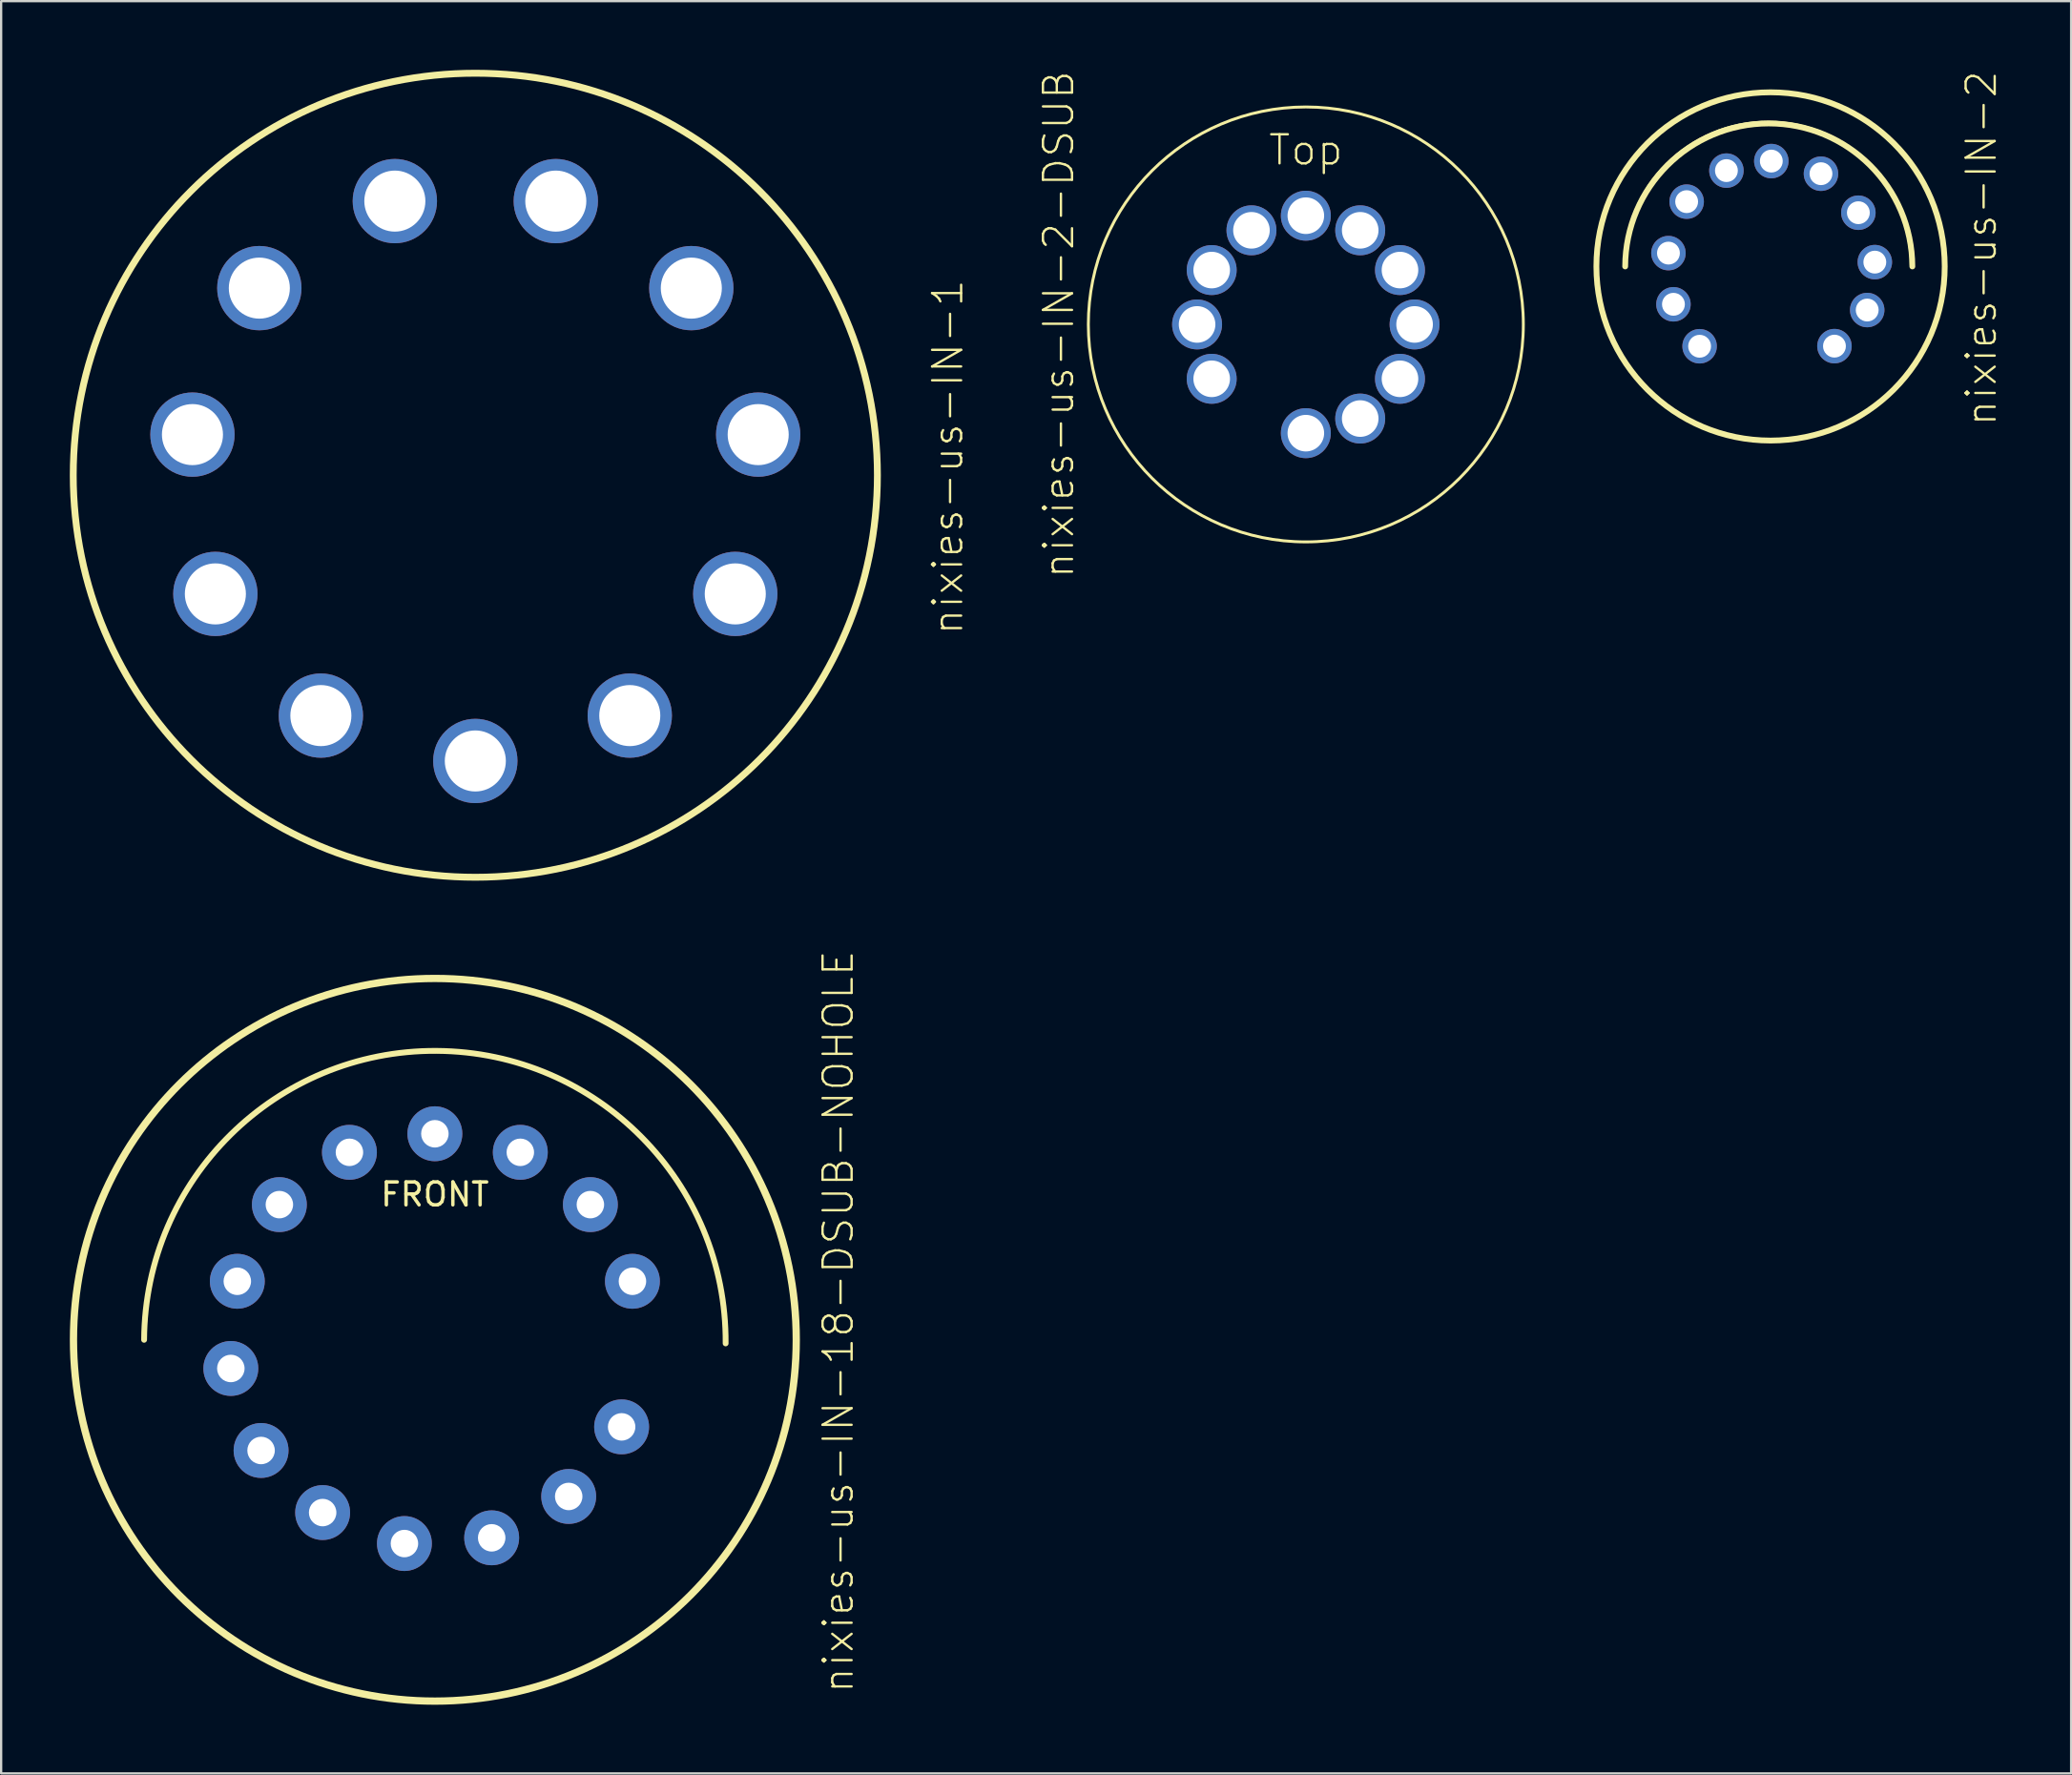
<source format=kicad_pcb>
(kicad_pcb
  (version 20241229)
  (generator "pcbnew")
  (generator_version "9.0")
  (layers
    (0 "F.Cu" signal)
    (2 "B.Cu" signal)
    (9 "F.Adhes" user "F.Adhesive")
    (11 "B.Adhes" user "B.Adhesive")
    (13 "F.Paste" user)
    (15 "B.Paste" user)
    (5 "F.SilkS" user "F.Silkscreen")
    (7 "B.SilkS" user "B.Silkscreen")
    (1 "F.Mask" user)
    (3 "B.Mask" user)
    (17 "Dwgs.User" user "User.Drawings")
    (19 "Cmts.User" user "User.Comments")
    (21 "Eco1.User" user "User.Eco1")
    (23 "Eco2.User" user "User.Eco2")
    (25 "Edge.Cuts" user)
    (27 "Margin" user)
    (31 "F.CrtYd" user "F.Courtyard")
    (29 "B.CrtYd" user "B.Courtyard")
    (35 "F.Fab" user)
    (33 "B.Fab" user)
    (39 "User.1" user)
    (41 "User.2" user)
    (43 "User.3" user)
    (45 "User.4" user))
  (footprint "nixies-us-IN-18-DSUB-NOHOLE"
    (layer "F.Cu")
    (at 15.944 55.479)
    (property "Reference" "nixies-us-IN-18-DSUB-NOHOLE" (at 17.62 -0.792 90) (layer "F.SilkS") (effects (font (size 1.27 1.27) (thickness 0.102))))
    (attr exclude_from_pos_files exclude_from_bom)
    (fp_arc (start -12.7 0) (mid 0.07874 -12.62126) (end 12.7 0.15748) (stroke (width 0.254) (type solid)) (layer "F.SilkS"))
    (fp_circle (center 0 0) (end 0 -15.817) (stroke (width 0.254) (type solid)) (fill no) (layer "F.SilkS"))
    (fp_circle (center 0 0) (end 0 -15.753) (stroke (width 0.254) (type solid)) (fill no) (layer "F.SilkS"))
    (fp_text user "FRONT" (at 0 -6.35 0) (layer "F.SilkS") (effects (font (size 1 1) (thickness 0.15))))
    (pad "0" thru_hole circle (at 5.845 6.844 220.5) (size 2.398 2.398) (drill 1.2) (layers "*.Cu" "*.Paste" "*.Mask"))
    (pad "1" thru_hole circle (at -1.33 8.901 171.5) (size 2.398 2.398) (drill 1.2) (layers "*.Cu" "*.Paste" "*.Mask"))
    (pad "2" thru_hole circle (at -4.902 7.548 147) (size 2.398 2.398) (drill 1.2) (layers "*.Cu" "*.Paste" "*.Mask"))
    (pad "3" thru_hole circle (at -8.629 -2.556 73.5) (size 2.398 2.398) (drill 1.2) (layers "*.Cu" "*.Paste" "*.Mask"))
    (pad "4" thru_hole circle (at 6.792 -5.905 311) (size 2.398 2.398) (drill 1.2) (layers "*.Cu" "*.Paste" "*.Mask"))
    (pad "5" thru_hole circle (at 3.732 -8.19 335.5) (size 2.398 2.398) (drill 1.2) (layers "*.Cu" "*.Paste" "*.Mask"))
    (pad "6" thru_hole circle (at -3.732 -8.19 24.5) (size 2.398 2.398) (drill 1.2) (layers "*.Cu" "*.Paste" "*.Mask"))
    (pad "7" thru_hole circle (at -6.792 -5.905 49) (size 2.398 2.398) (drill 1.2) (layers "*.Cu" "*.Paste" "*.Mask"))
    (pad "8" thru_hole circle (at -7.591 4.836 122.5) (size 2.398 2.398) (drill 1.2) (layers "*.Cu" "*.Paste" "*.Mask"))
    (pad "9" thru_hole circle (at 8.157 3.804 245) (size 2.398 2.398) (drill 1.2) (layers "*.Cu" "*.Paste" "*.Mask"))
    (pad "A" thru_hole circle (at 0 -9) (size 2.398 2.398) (drill 1.2) (layers "*.Cu" "*.Paste" "*.Mask"))
    (pad "A2" thru_hole circle (at 2.481 8.651 196) (size 2.398 2.398) (drill 1.2) (layers "*.Cu" "*.Paste" "*.Mask"))
    (pad "NC" thru_hole circle (at -8.912 1.253 98) (size 2.398 2.398) (drill 1.2) (layers "*.Cu" "*.Paste" "*.Mask"))
    (pad "NC" thru_hole circle (at 8.629 -2.556 286.5) (size 2.398 2.398) (drill 1.2) (layers "*.Cu" "*.Paste" "*.Mask")))
  (footprint "nixies-us-IN-2"
    (layer "F.Cu")
    (at 74.284 8.589)
    (property "Reference" "nixies-us-IN-2" (at 9.207 -0.792 90) (layer "F.SilkS") (effects (font (size 1.27 1.27) (thickness 0.102))))
    (attr exclude_from_pos_files exclude_from_bom)
    (fp_arc (start -6.35762 -0.08636) (mid -0.094355 -6.319533) (end 6.144282 -0.06171) (stroke (width 0.127) (type solid)) (layer "F.SilkS"))
    (fp_arc (start -6.35 0) (mid -0.07874 -6.27126) (end 6.19252 0) (stroke (width 0.254) (type solid)) (layer "F.SilkS"))
    (fp_circle (center 0 0) (end 0 -7.62) (stroke (width 0.127) (type solid)) (fill no) (layer "F.SilkS"))
    (fp_circle (center 0 0) (end 0 -7.607) (stroke (width 0.254) (type solid)) (fill no) (layer "F.SilkS"))
    (pad "0" thru_hole circle (at -4.242 1.654) (size 1.506 1.506) (drill 0.998) (layers "*.Cu" "*.Paste" "*.Mask"))
    (pad "1" thru_hole circle (at 2.791 3.482) (size 1.506 1.506) (drill 0.998) (layers "*.Cu" "*.Paste" "*.Mask"))
    (pad "2" thru_hole circle (at 4.221 1.905) (size 1.506 1.506) (drill 0.998) (layers "*.Cu" "*.Paste" "*.Mask"))
    (pad "3" thru_hole circle (at 4.554 -0.188) (size 1.506 1.506) (drill 0.998) (layers "*.Cu" "*.Paste" "*.Mask"))
    (pad "4" thru_hole circle (at 3.835 -2.347) (size 1.506 1.506) (drill 0.998) (layers "*.Cu" "*.Paste" "*.Mask"))
    (pad "5" thru_hole circle (at 2.202 -4.051) (size 1.506 1.506) (drill 0.998) (layers "*.Cu" "*.Paste" "*.Mask"))
    (pad "6" thru_hole circle (at 0.033 -4.602) (size 1.506 1.506) (drill 0.998) (layers "*.Cu" "*.Paste" "*.Mask"))
    (pad "7" thru_hole circle (at -1.928 -4.186) (size 1.506 1.506) (drill 0.998) (layers "*.Cu" "*.Paste" "*.Mask"))
    (pad "8" thru_hole circle (at -3.665 -2.83) (size 1.506 1.506) (drill 0.998) (layers "*.Cu" "*.Paste" "*.Mask"))
    (pad "9" thru_hole circle (at -4.46 -0.582) (size 1.506 1.506) (drill 0.998) (layers "*.Cu" "*.Paste" "*.Mask"))
    (pad "A" thru_hole circle (at -3.099 3.487) (size 1.506 1.506) (drill 0.998) (layers "*.Cu" "*.Paste" "*.Mask")))
  (footprint "nixies-us-IN-1"
    (layer "F.Cu")
    (at 17.711 17.711)
    (property "Reference" "nixies-us-IN-1" (at 20.637 -0.792 90) (layer "F.SilkS") (effects (font (size 1.27 1.27) (thickness 0.102))))
    (attr exclude_from_pos_files exclude_from_bom)
    (fp_circle (center 0 0) (end 0 -17.562) (stroke (width 0.3) (type solid)) (fill no) (layer "F.SilkS"))
    (pad "0" thru_hole circle (at 0 12.482) (size 3.683 3.683) (drill 2.667) (layers "*.Cu" "*.Paste" "*.Mask"))
    (pad "1" thru_hole circle (at -11.354 5.184) (size 3.683 3.683) (drill 2.667) (layers "*.Cu" "*.Paste" "*.Mask"))
    (pad "2" thru_hole circle (at -12.355 -1.775) (size 3.683 3.683) (drill 2.667) (layers "*.Cu" "*.Paste" "*.Mask"))
    (pad "3" thru_hole circle (at -9.434 -8.174) (size 3.683 3.683) (drill 2.667) (layers "*.Cu" "*.Paste" "*.Mask"))
    (pad "4" thru_hole circle (at -3.515 -11.976) (size 3.683 3.683) (drill 2.667) (layers "*.Cu" "*.Paste" "*.Mask"))
    (pad "5" thru_hole circle (at 3.515 -11.976) (size 3.683 3.683) (drill 2.667) (layers "*.Cu" "*.Paste" "*.Mask"))
    (pad "6" thru_hole circle (at 9.434 -8.174) (size 3.683 3.683) (drill 2.667) (layers "*.Cu" "*.Paste" "*.Mask"))
    (pad "7" thru_hole circle (at 12.355 -1.775) (size 3.683 3.683) (drill 2.667) (layers "*.Cu" "*.Paste" "*.Mask"))
    (pad "8" thru_hole circle (at 11.354 5.184) (size 3.683 3.683) (drill 2.667) (layers "*.Cu" "*.Paste" "*.Mask"))
    (pad "9" thru_hole circle (at 6.746 10.5) (size 3.683 3.683) (drill 2.667) (layers "*.Cu" "*.Paste" "*.Mask"))
    (pad "A" thru_hole circle (at -6.746 10.5) (size 3.683 3.683) (drill 2.667) (layers "*.Cu" "*.Paste" "*.Mask")))
  (footprint "nixies-us-IN-2-DSUB"
    (layer "F.Cu")
    (at 53.986 11.123)
    (property "Reference" "nixies-us-IN-2-DSUB" (at -10.795 0 270) (layer "F.SilkS") (effects (font (size 1.27 1.27) (thickness 0.102))))
    (attr exclude_from_pos_files exclude_from_bom)
    (fp_circle (center 0 0) (end 0 -9.5) (stroke (width 0.127) (type solid)) (fill no) (layer "F.SilkS"))
    (fp_text user "Top" (at 0 -7.62 0) (layer "F.SilkS") (effects (font (size 1.27 1.27) (thickness 0.102))))
    (pad "0" thru_hole circle (at -4.75 0) (size 2.182 2.182) (drill 1.598) (layers "*.Cu" "*.Paste" "*.Mask"))
    (pad "1" thru_hole circle (at 0 4.75) (size 2.182 2.182) (drill 1.598) (layers "*.Cu" "*.Paste" "*.Mask"))
    (pad "2" thru_hole circle (at 2.375 4.112) (size 2.182 2.182) (drill 1.598) (layers "*.Cu" "*.Paste" "*.Mask"))
    (pad "3" thru_hole circle (at 4.112 2.375) (size 2.182 2.182) (drill 1.598) (layers "*.Cu" "*.Paste" "*.Mask"))
    (pad "4" thru_hole circle (at 4.75 0) (size 2.182 2.182) (drill 1.598) (layers "*.Cu" "*.Paste" "*.Mask"))
    (pad "5" thru_hole circle (at 4.112 -2.375) (size 2.182 2.182) (drill 1.598) (layers "*.Cu" "*.Paste" "*.Mask"))
    (pad "6" thru_hole circle (at 2.375 -4.112) (size 2.182 2.182) (drill 1.598) (layers "*.Cu" "*.Paste" "*.Mask"))
    (pad "7" thru_hole circle (at 0 -4.75) (size 2.182 2.182) (drill 1.598) (layers "*.Cu" "*.Paste" "*.Mask"))
    (pad "8" thru_hole circle (at -2.375 -4.112) (size 2.182 2.182) (drill 1.598) (layers "*.Cu" "*.Paste" "*.Mask"))
    (pad "9" thru_hole circle (at -4.112 -2.375) (size 2.182 2.182) (drill 1.598) (layers "*.Cu" "*.Paste" "*.Mask"))
    (pad "A" thru_hole circle (at -4.112 2.375) (size 2.182 2.182) (drill 1.598) (layers "*.Cu" "*.Paste" "*.Mask")))
  (gr_rect
    (start -3 -3)
    (end 87.413 74.422)
    (stroke (width 0.1) (type default))
    (fill no)
    (layer "Edge.Cuts")))
</source>
